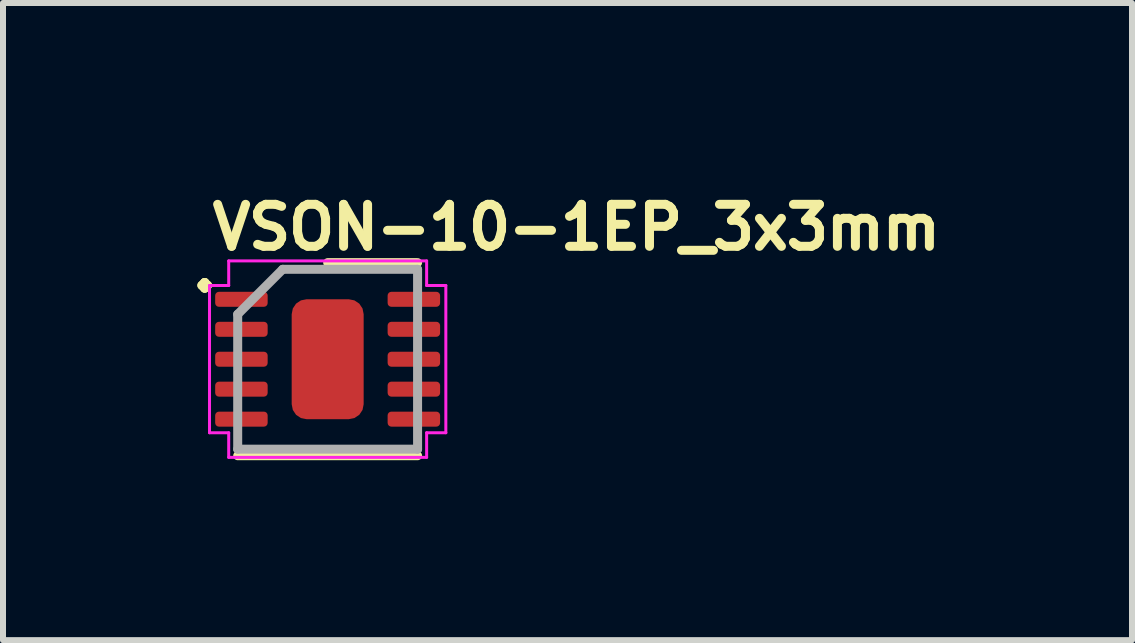
<source format=kicad_pcb>
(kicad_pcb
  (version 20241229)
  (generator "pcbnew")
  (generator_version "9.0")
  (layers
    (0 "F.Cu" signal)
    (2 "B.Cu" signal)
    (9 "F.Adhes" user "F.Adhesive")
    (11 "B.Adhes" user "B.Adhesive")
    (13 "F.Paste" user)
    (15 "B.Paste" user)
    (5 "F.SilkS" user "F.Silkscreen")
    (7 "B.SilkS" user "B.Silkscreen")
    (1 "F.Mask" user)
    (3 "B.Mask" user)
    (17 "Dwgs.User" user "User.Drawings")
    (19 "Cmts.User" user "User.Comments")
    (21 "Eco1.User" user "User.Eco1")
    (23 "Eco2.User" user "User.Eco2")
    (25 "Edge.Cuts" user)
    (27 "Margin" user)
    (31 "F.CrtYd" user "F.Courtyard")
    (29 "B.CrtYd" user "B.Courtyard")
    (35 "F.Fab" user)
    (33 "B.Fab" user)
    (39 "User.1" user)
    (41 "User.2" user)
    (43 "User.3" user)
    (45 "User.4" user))
  (footprint "VSON-10-1EP_3x3mm"
    (layer "F.Cu")
    (at 2.413 2.95)
    (property "Reference" "VSON-10-1EP_3x3mm" (at -2 -1.8 0) (layer "F.SilkS") (effects (font (size 0.7 0.7) (thickness 0.15)) (justify left bottom)))
    (attr smd)
    (fp_line (start -1.5 1.598) (end 1.499 1.598) (stroke (width 0.15) (type solid)) (layer "F.SilkS"))
    (fp_line (start 0 -1.621) (end 1.499 -1.621) (stroke (width 0.15) (type solid)) (layer "F.SilkS"))
    (fp_line (start -1.97 1.215) (end -1.97 -1.24) (stroke (width 0.05) (type solid)) (layer "F.CrtYd"))
    (fp_line (start -1.65 -1.65) (end -1.65 -1.24) (stroke (width 0.05) (type solid)) (layer "F.CrtYd"))
    (fp_line (start -1.65 -1.24) (end -1.97 -1.24) (stroke (width 0.05) (type solid)) (layer "F.CrtYd"))
    (fp_line (start -1.65 1.215) (end -1.97 1.215) (stroke (width 0.05) (type solid)) (layer "F.CrtYd"))
    (fp_line (start -1.65 1.215) (end -1.65 1.625) (stroke (width 0.05) (type solid)) (layer "F.CrtYd"))
    (fp_line (start -1.65 1.625) (end 1.65 1.625) (stroke (width 0.05) (type solid)) (layer "F.CrtYd"))
    (fp_line (start 1.65 -1.65) (end -1.65 -1.65) (stroke (width 0.05) (type solid)) (layer "F.CrtYd"))
    (fp_line (start 1.65 -1.24) (end 1.65 -1.65) (stroke (width 0.05) (type solid)) (layer "F.CrtYd"))
    (fp_line (start 1.65 -1.24) (end 1.97 -1.24) (stroke (width 0.05) (type solid)) (layer "F.CrtYd"))
    (fp_line (start 1.65 1.215) (end 1.97 1.215) (stroke (width 0.05) (type solid)) (layer "F.CrtYd"))
    (fp_line (start 1.65 1.625) (end 1.65 1.215) (stroke (width 0.05) (type solid)) (layer "F.CrtYd"))
    (fp_line (start 1.97 -1.24) (end 1.97 1.215) (stroke (width 0.05) (type solid)) (layer "F.CrtYd"))
    (fp_line (start -1.5 -0.76) (end -0.75 -1.51) (stroke (width 0.15) (type solid)) (layer "F.Fab"))
    (fp_line (start -1.5 1.489) (end -1.5 -0.76) (stroke (width 0.15) (type solid)) (layer "F.Fab"))
    (fp_line (start -0.75 -1.51) (end 1.499 -1.51) (stroke (width 0.15) (type solid)) (layer "F.Fab"))
    (fp_line (start 1.499 -1.51) (end 1.499 1.489) (stroke (width 0.15) (type solid)) (layer "F.Fab"))
    (fp_line (start 1.499 1.489) (end -1.5 1.489) (stroke (width 0.15) (type solid)) (layer "F.Fab"))
    (fp_rect (start -1.5 -1.5) (end 1.499 1.499) (stroke (width 0.1) (type solid)) (fill no) (layer "User.5"))
    (fp_line (start -1.5 -1.121) (end -1.5 -0.881) (stroke (width 0.02) (type solid)) (layer "User.9"))
    (fp_line (start -1.5 -0.881) (end -1.49 -0.881) (stroke (width 0.02) (type solid)) (layer "User.9"))
    (fp_line (start -1.5 -0.621) (end -1.5 -0.38) (stroke (width 0.02) (type solid)) (layer "User.9"))
    (fp_line (start -1.5 -0.38) (end -1.49 -0.38) (stroke (width 0.02) (type solid)) (layer "User.9"))
    (fp_line (start -1.5 -0.121) (end -1.5 0.119) (stroke (width 0.02) (type solid)) (layer "User.9"))
    (fp_line (start -1.5 0.119) (end -1.49 0.119) (stroke (width 0.02) (type solid)) (layer "User.9"))
    (fp_line (start -1.5 0.378) (end -1.5 0.618) (stroke (width 0.02) (type solid)) (layer "User.9"))
    (fp_line (start -1.5 0.618) (end -1.49 0.618) (stroke (width 0.02) (type solid)) (layer "User.9"))
    (fp_line (start -1.5 0.878) (end -1.5 1.12) (stroke (width 0.02) (type solid)) (layer "User.9"))
    (fp_line (start -1.5 1.12) (end -1.49 1.12) (stroke (width 0.02) (type solid)) (layer "User.9"))
    (fp_line (start -1.49 -1.49) (end -1.49 1.489) (stroke (width 0.02) (type solid)) (layer "User.9"))
    (fp_line (start -1.49 -1.49) (end 1.489 -1.49) (stroke (width 0.02) (type solid)) (layer "User.9"))
    (fp_line (start -1.49 -1.121) (end -1.5 -1.121) (stroke (width 0.02) (type solid)) (layer "User.9"))
    (fp_line (start -1.49 -0.621) (end -1.5 -0.621) (stroke (width 0.02) (type solid)) (layer "User.9"))
    (fp_line (start -1.49 -0.121) (end -1.5 -0.121) (stroke (width 0.02) (type solid)) (layer "User.9"))
    (fp_line (start -1.49 0.378) (end -1.5 0.378) (stroke (width 0.02) (type solid)) (layer "User.9"))
    (fp_line (start -1.49 0.878) (end -1.5 0.878) (stroke (width 0.02) (type solid)) (layer "User.9"))
    (fp_line (start -1.49 1.489) (end 1.489 1.489) (stroke (width 0.02) (type solid)) (layer "User.9"))
    (fp_line (start -1.101 -0.817) (end -1.101 -0.802) (stroke (width 0.02) (type solid)) (layer "User.9"))
    (fp_line (start -1.101 -0.802) (end -1.101 -0.802) (stroke (width 0.02) (type solid)) (layer "User.9"))
    (fp_line (start -1.101 -0.802) (end -1.101 -0.786) (stroke (width 0.02) (type solid)) (layer "User.9"))
    (fp_line (start -1.101 -0.786) (end -1.099 -0.771) (stroke (width 0.02) (type solid)) (layer "User.9"))
    (fp_line (start -1.099 -0.832) (end -1.101 -0.817) (stroke (width 0.02) (type solid)) (layer "User.9"))
    (fp_line (start -1.099 -0.771) (end -1.097 -0.755) (stroke (width 0.02) (type solid)) (layer "User.9"))
    (fp_line (start -1.097 -0.846) (end -1.099 -0.832) (stroke (width 0.02) (type solid)) (layer "User.9"))
    (fp_line (start -1.097 -0.755) (end -1.095 -0.74) (stroke (width 0.02) (type solid)) (layer "User.9"))
    (fp_line (start -1.095 -0.861) (end -1.097 -0.846) (stroke (width 0.02) (type solid)) (layer "User.9"))
    (fp_line (start -1.095 -0.74) (end -1.091 -0.726) (stroke (width 0.02) (type solid)) (layer "User.9"))
    (fp_line (start -1.091 -0.875) (end -1.095 -0.861) (stroke (width 0.02) (type solid)) (layer "User.9"))
    (fp_line (start -1.091 -0.726) (end -1.087 -0.711) (stroke (width 0.02) (type solid)) (layer "User.9"))
    (fp_line (start -1.087 -0.89) (end -1.091 -0.875) (stroke (width 0.02) (type solid)) (layer "User.9"))
    (fp_line (start -1.087 -0.711) (end -1.083 -0.698) (stroke (width 0.02) (type solid)) (layer "User.9"))
    (fp_line (start -1.083 -0.905) (end -1.087 -0.89) (stroke (width 0.02) (type solid)) (layer "User.9"))
    (fp_line (start -1.083 -0.698) (end -1.077 -0.685) (stroke (width 0.02) (type solid)) (layer "User.9"))
    (fp_line (start -1.077 -0.918) (end -1.083 -0.905) (stroke (width 0.02) (type solid)) (layer "User.9"))
    (fp_line (start -1.077 -0.685) (end -1.071 -0.671) (stroke (width 0.02) (type solid)) (layer "User.9"))
    (fp_line (start -1.071 -0.932) (end -1.077 -0.918) (stroke (width 0.02) (type solid)) (layer "User.9"))
    (fp_line (start -1.071 -0.671) (end -1.065 -0.659) (stroke (width 0.02) (type solid)) (layer "User.9"))
    (fp_line (start -1.065 -0.944) (end -1.071 -0.932) (stroke (width 0.02) (type solid)) (layer "User.9"))
    (fp_line (start -1.065 -0.659) (end -1.057 -0.646) (stroke (width 0.02) (type solid)) (layer "User.9"))
    (fp_line (start -1.057 -0.957) (end -1.065 -0.944) (stroke (width 0.02) (type solid)) (layer "User.9"))
    (fp_line (start -1.057 -0.646) (end -1.049 -0.633) (stroke (width 0.02) (type solid)) (layer "User.9"))
    (fp_line (start -1.049 -0.968) (end -1.057 -0.957) (stroke (width 0.02) (type solid)) (layer "User.9"))
    (fp_line (start -1.049 -0.633) (end -1.041 -0.621) (stroke (width 0.02) (type solid)) (layer "User.9"))
    (fp_line (start -1.041 -0.98) (end -1.049 -0.968) (stroke (width 0.02) (type solid)) (layer "User.9"))
    (fp_line (start -1.041 -0.621) (end -1.033 -0.61) (stroke (width 0.02) (type solid)) (layer "User.9"))
    (fp_line (start -1.033 -0.991) (end -1.041 -0.98) (stroke (width 0.02) (type solid)) (layer "User.9"))
    (fp_line (start -1.033 -0.61) (end -1.024 -0.599) (stroke (width 0.02) (type solid)) (layer "User.9"))
    (fp_line (start -1.024 -1.002) (end -1.033 -0.991) (stroke (width 0.02) (type solid)) (layer "User.9"))
    (fp_line (start -1.024 -0.599) (end -1.014 -0.588) (stroke (width 0.02) (type solid)) (layer "User.9"))
    (fp_line (start -1.014 -1.014) (end -1.024 -1.002) (stroke (width 0.02) (type solid)) (layer "User.9"))
    (fp_line (start -1.014 -0.588) (end -1.002 -0.578) (stroke (width 0.02) (type solid)) (layer "User.9"))
    (fp_line (start -1.002 -1.024) (end -1.014 -1.014) (stroke (width 0.02) (type solid)) (layer "User.9"))
    (fp_line (start -1.002 -0.578) (end -0.991 -0.57) (stroke (width 0.02) (type solid)) (layer "User.9"))
    (fp_line (start -0.991 -1.033) (end -1.002 -1.024) (stroke (width 0.02) (type solid)) (layer "User.9"))
    (fp_line (start -0.991 -0.57) (end -0.98 -0.561) (stroke (width 0.02) (type solid)) (layer "User.9"))
    (fp_line (start -0.98 -1.041) (end -0.991 -1.033) (stroke (width 0.02) (type solid)) (layer "User.9"))
    (fp_line (start -0.98 -0.561) (end -0.968 -0.553) (stroke (width 0.02) (type solid)) (layer "User.9"))
    (fp_line (start -0.968 -1.049) (end -0.98 -1.041) (stroke (width 0.02) (type solid)) (layer "User.9"))
    (fp_line (start -0.968 -0.553) (end -0.957 -0.545) (stroke (width 0.02) (type solid)) (layer "User.9"))
    (fp_line (start -0.957 -1.057) (end -0.968 -1.049) (stroke (width 0.02) (type solid)) (layer "User.9"))
    (fp_line (start -0.957 -0.545) (end -0.944 -0.538) (stroke (width 0.02) (type solid)) (layer "User.9"))
    (fp_line (start -0.944 -1.065) (end -0.957 -1.057) (stroke (width 0.02) (type solid)) (layer "User.9"))
    (fp_line (start -0.944 -0.538) (end -0.932 -0.531) (stroke (width 0.02) (type solid)) (layer "User.9"))
    (fp_line (start -0.932 -1.071) (end -0.944 -1.065) (stroke (width 0.02) (type solid)) (layer "User.9"))
    (fp_line (start -0.932 -0.531) (end -0.918 -0.525) (stroke (width 0.02) (type solid)) (layer "User.9"))
    (fp_line (start -0.918 -1.077) (end -0.932 -1.071) (stroke (width 0.02) (type solid)) (layer "User.9"))
    (fp_line (start -0.918 -0.525) (end -0.905 -0.52) (stroke (width 0.02) (type solid)) (layer "User.9"))
    (fp_line (start -0.905 -1.083) (end -0.918 -1.077) (stroke (width 0.02) (type solid)) (layer "User.9"))
    (fp_line (start -0.905 -0.52) (end -0.89 -0.515) (stroke (width 0.02) (type solid)) (layer "User.9"))
    (fp_line (start -0.89 -1.087) (end -0.905 -1.083) (stroke (width 0.02) (type solid)) (layer "User.9"))
    (fp_line (start -0.89 -0.515) (end -0.875 -0.51) (stroke (width 0.02) (type solid)) (layer "User.9"))
    (fp_line (start -0.875 -1.091) (end -0.89 -1.087) (stroke (width 0.02) (type solid)) (layer "User.9"))
    (fp_line (start -0.875 -0.51) (end -0.861 -0.507) (stroke (width 0.02) (type solid)) (layer "User.9"))
    (fp_line (start -0.861 -1.095) (end -0.875 -1.091) (stroke (width 0.02) (type solid)) (layer "User.9"))
    (fp_line (start -0.861 -0.507) (end -0.846 -0.504) (stroke (width 0.02) (type solid)) (layer "User.9"))
    (fp_line (start -0.846 -1.097) (end -0.861 -1.095) (stroke (width 0.02) (type solid)) (layer "User.9"))
    (fp_line (start -0.846 -0.504) (end -0.832 -0.502) (stroke (width 0.02) (type solid)) (layer "User.9"))
    (fp_line (start -0.832 -1.099) (end -0.846 -1.097) (stroke (width 0.02) (type solid)) (layer "User.9"))
    (fp_line (start -0.832 -0.502) (end -0.817 -0.501) (stroke (width 0.02) (type solid)) (layer "User.9"))
    (fp_line (start -0.817 -1.101) (end -0.832 -1.099) (stroke (width 0.02) (type solid)) (layer "User.9"))
    (fp_line (start -0.817 -0.501) (end -0.801 -0.5) (stroke (width 0.02) (type solid)) (layer "User.9"))
    (fp_line (start -0.801 -1.101) (end -0.817 -1.101) (stroke (width 0.02) (type solid)) (layer "User.9"))
    (fp_line (start -0.801 -1.101) (end -0.801 -1.101) (stroke (width 0.02) (type solid)) (layer "User.9"))
    (fp_line (start -0.801 -0.5) (end -0.801 -0.5) (stroke (width 0.02) (type solid)) (layer "User.9"))
    (fp_line (start -0.801 -0.5) (end -0.786 -0.501) (stroke (width 0.02) (type solid)) (layer "User.9"))
    (fp_line (start -0.786 -1.101) (end -0.801 -1.101) (stroke (width 0.02) (type solid)) (layer "User.9"))
    (fp_line (start -0.786 -0.501) (end -0.771 -0.502) (stroke (width 0.02) (type solid)) (layer "User.9"))
    (fp_line (start -0.771 -1.099) (end -0.786 -1.101) (stroke (width 0.02) (type solid)) (layer "User.9"))
    (fp_line (start -0.771 -0.502) (end -0.755 -0.504) (stroke (width 0.02) (type solid)) (layer "User.9"))
    (fp_line (start -0.755 -1.097) (end -0.771 -1.099) (stroke (width 0.02) (type solid)) (layer "User.9"))
    (fp_line (start -0.755 -0.504) (end -0.74 -0.507) (stroke (width 0.02) (type solid)) (layer "User.9"))
    (fp_line (start -0.74 -1.095) (end -0.755 -1.097) (stroke (width 0.02) (type solid)) (layer "User.9"))
    (fp_line (start -0.74 -0.507) (end -0.726 -0.51) (stroke (width 0.02) (type solid)) (layer "User.9"))
    (fp_line (start -0.726 -1.091) (end -0.74 -1.095) (stroke (width 0.02) (type solid)) (layer "User.9"))
    (fp_line (start -0.726 -0.51) (end -0.711 -0.515) (stroke (width 0.02) (type solid)) (layer "User.9"))
    (fp_line (start -0.711 -1.087) (end -0.726 -1.091) (stroke (width 0.02) (type solid)) (layer "User.9"))
    (fp_line (start -0.711 -0.515) (end -0.698 -0.52) (stroke (width 0.02) (type solid)) (layer "User.9"))
    (fp_line (start -0.698 -1.083) (end -0.711 -1.087) (stroke (width 0.02) (type solid)) (layer "User.9"))
    (fp_line (start -0.698 -0.52) (end -0.685 -0.525) (stroke (width 0.02) (type solid)) (layer "User.9"))
    (fp_line (start -0.685 -1.077) (end -0.698 -1.083) (stroke (width 0.02) (type solid)) (layer "User.9"))
    (fp_line (start -0.685 -0.525) (end -0.671 -0.531) (stroke (width 0.02) (type solid)) (layer "User.9"))
    (fp_line (start -0.671 -1.071) (end -0.685 -1.077) (stroke (width 0.02) (type solid)) (layer "User.9"))
    (fp_line (start -0.671 -0.531) (end -0.659 -0.538) (stroke (width 0.02) (type solid)) (layer "User.9"))
    (fp_line (start -0.659 -1.065) (end -0.671 -1.071) (stroke (width 0.02) (type solid)) (layer "User.9"))
    (fp_line (start -0.659 -0.538) (end -0.646 -0.545) (stroke (width 0.02) (type solid)) (layer "User.9"))
    (fp_line (start -0.646 -1.057) (end -0.659 -1.065) (stroke (width 0.02) (type solid)) (layer "User.9"))
    (fp_line (start -0.646 -0.545) (end -0.633 -0.553) (stroke (width 0.02) (type solid)) (layer "User.9"))
    (fp_line (start -0.633 -1.049) (end -0.646 -1.057) (stroke (width 0.02) (type solid)) (layer "User.9"))
    (fp_line (start -0.633 -0.553) (end -0.621 -0.561) (stroke (width 0.02) (type solid)) (layer "User.9"))
    (fp_line (start -0.621 -1.041) (end -0.633 -1.049) (stroke (width 0.02) (type solid)) (layer "User.9"))
    (fp_line (start -0.621 -0.561) (end -0.61 -0.57) (stroke (width 0.02) (type solid)) (layer "User.9"))
    (fp_line (start -0.61 -1.033) (end -0.621 -1.041) (stroke (width 0.02) (type solid)) (layer "User.9"))
    (fp_line (start -0.61 -0.57) (end -0.599 -0.578) (stroke (width 0.02) (type solid)) (layer "User.9"))
    (fp_line (start -0.599 -1.024) (end -0.61 -1.033) (stroke (width 0.02) (type solid)) (layer "User.9"))
    (fp_line (start -0.599 -0.578) (end -0.588 -0.588) (stroke (width 0.02) (type solid)) (layer "User.9"))
    (fp_line (start -0.588 -1.014) (end -0.599 -1.024) (stroke (width 0.02) (type solid)) (layer "User.9"))
    (fp_line (start -0.588 -0.588) (end -0.578 -0.599) (stroke (width 0.02) (type solid)) (layer "User.9"))
    (fp_line (start -0.578 -1.002) (end -0.588 -1.014) (stroke (width 0.02) (type solid)) (layer "User.9"))
    (fp_line (start -0.578 -0.599) (end -0.57 -0.61) (stroke (width 0.02) (type solid)) (layer "User.9"))
    (fp_line (start -0.57 -0.991) (end -0.578 -1.002) (stroke (width 0.02) (type solid)) (layer "User.9"))
    (fp_line (start -0.57 -0.61) (end -0.561 -0.621) (stroke (width 0.02) (type solid)) (layer "User.9"))
    (fp_line (start -0.561 -0.98) (end -0.57 -0.991) (stroke (width 0.02) (type solid)) (layer "User.9"))
    (fp_line (start -0.561 -0.621) (end -0.553 -0.633) (stroke (width 0.02) (type solid)) (layer "User.9"))
    (fp_line (start -0.553 -0.968) (end -0.561 -0.98) (stroke (width 0.02) (type solid)) (layer "User.9"))
    (fp_line (start -0.553 -0.633) (end -0.545 -0.646) (stroke (width 0.02) (type solid)) (layer "User.9"))
    (fp_line (start -0.545 -0.957) (end -0.553 -0.968) (stroke (width 0.02) (type solid)) (layer "User.9"))
    (fp_line (start -0.545 -0.646) (end -0.538 -0.659) (stroke (width 0.02) (type solid)) (layer "User.9"))
    (fp_line (start -0.538 -0.944) (end -0.545 -0.957) (stroke (width 0.02) (type solid)) (layer "User.9"))
    (fp_line (start -0.538 -0.659) (end -0.531 -0.671) (stroke (width 0.02) (type solid)) (layer "User.9"))
    (fp_line (start -0.531 -0.932) (end -0.538 -0.944) (stroke (width 0.02) (type solid)) (layer "User.9"))
    (fp_line (start -0.531 -0.671) (end -0.525 -0.685) (stroke (width 0.02) (type solid)) (layer "User.9"))
    (fp_line (start -0.525 -0.918) (end -0.531 -0.932) (stroke (width 0.02) (type solid)) (layer "User.9"))
    (fp_line (start -0.525 -0.685) (end -0.52 -0.698) (stroke (width 0.02) (type solid)) (layer "User.9"))
    (fp_line (start -0.52 -0.905) (end -0.525 -0.918) (stroke (width 0.02) (type solid)) (layer "User.9"))
    (fp_line (start -0.52 -0.698) (end -0.515 -0.711) (stroke (width 0.02) (type solid)) (layer "User.9"))
    (fp_line (start -0.515 -0.89) (end -0.52 -0.905) (stroke (width 0.02) (type solid)) (layer "User.9"))
    (fp_line (start -0.515 -0.711) (end -0.51 -0.726) (stroke (width 0.02) (type solid)) (layer "User.9"))
    (fp_line (start -0.51 -0.875) (end -0.515 -0.89) (stroke (width 0.02) (type solid)) (layer "User.9"))
    (fp_line (start -0.51 -0.726) (end -0.507 -0.74) (stroke (width 0.02) (type solid)) (layer "User.9"))
    (fp_line (start -0.507 -0.861) (end -0.51 -0.875) (stroke (width 0.02) (type solid)) (layer "User.9"))
    (fp_line (start -0.507 -0.74) (end -0.504 -0.755) (stroke (width 0.02) (type solid)) (layer "User.9"))
    (fp_line (start -0.504 -0.846) (end -0.507 -0.861) (stroke (width 0.02) (type solid)) (layer "User.9"))
    (fp_line (start -0.504 -0.755) (end -0.502 -0.771) (stroke (width 0.02) (type solid)) (layer "User.9"))
    (fp_line (start -0.502 -0.832) (end -0.504 -0.846) (stroke (width 0.02) (type solid)) (layer "User.9"))
    (fp_line (start -0.502 -0.771) (end -0.501 -0.786) (stroke (width 0.02) (type solid)) (layer "User.9"))
    (fp_line (start -0.501 -0.817) (end -0.502 -0.832) (stroke (width 0.02) (type solid)) (layer "User.9"))
    (fp_line (start -0.501 -0.786) (end -0.5 -0.802) (stroke (width 0.02) (type solid)) (layer "User.9"))
    (fp_line (start -0.5 -0.802) (end -0.501 -0.817) (stroke (width 0.02) (type solid)) (layer "User.9"))
    (fp_line (start -0.5 -0.802) (end -0.5 -0.802) (stroke (width 0.02) (type solid)) (layer "User.9"))
    (fp_line (start -0.5 -0.802) (end -0.5 -0.802) (stroke (width 0.02) (type solid)) (layer "User.9"))
    (fp_line (start -0.37 -1.5) (end -0.37 -1.49) (stroke (width 0.02) (type solid)) (layer "User.9"))
    (fp_line (start -0.37 1.489) (end -0.37 1.499) (stroke (width 0.02) (type solid)) (layer "User.9"))
    (fp_line (start -0.37 1.499) (end -0.131 1.499) (stroke (width 0.02) (type solid)) (layer "User.9"))
    (fp_line (start -0.131 -1.5) (end -0.37 -1.5) (stroke (width 0.02) (type solid)) (layer "User.9"))
    (fp_line (start -0.131 -1.49) (end -0.131 -1.5) (stroke (width 0.02) (type solid)) (layer "User.9"))
    (fp_line (start -0.131 1.499) (end -0.131 1.489) (stroke (width 0.02) (type solid)) (layer "User.9"))
    (fp_line (start 0.13 -1.5) (end 0.13 -1.49) (stroke (width 0.02) (type solid)) (layer "User.9"))
    (fp_line (start 0.13 1.489) (end 0.13 1.499) (stroke (width 0.02) (type solid)) (layer "User.9"))
    (fp_line (start 0.13 1.499) (end 0.368 1.499) (stroke (width 0.02) (type solid)) (layer "User.9"))
    (fp_line (start 0.368 -1.5) (end 0.13 -1.5) (stroke (width 0.02) (type solid)) (layer "User.9"))
    (fp_line (start 0.368 -1.49) (end 0.368 -1.5) (stroke (width 0.02) (type solid)) (layer "User.9"))
    (fp_line (start 0.368 1.499) (end 0.368 1.489) (stroke (width 0.02) (type solid)) (layer "User.9"))
    (fp_line (start 1.489 -1.49) (end 1.489 1.489) (stroke (width 0.02) (type solid)) (layer "User.9"))
    (fp_line (start 1.489 -0.881) (end 1.499 -0.881) (stroke (width 0.02) (type solid)) (layer "User.9"))
    (fp_line (start 1.489 -0.38) (end 1.499 -0.38) (stroke (width 0.02) (type solid)) (layer "User.9"))
    (fp_line (start 1.489 0.119) (end 1.499 0.119) (stroke (width 0.02) (type solid)) (layer "User.9"))
    (fp_line (start 1.489 0.618) (end 1.499 0.618) (stroke (width 0.02) (type solid)) (layer "User.9"))
    (fp_line (start 1.489 1.12) (end 1.499 1.12) (stroke (width 0.02) (type solid)) (layer "User.9"))
    (fp_line (start 1.499 -1.121) (end 1.489 -1.121) (stroke (width 0.02) (type solid)) (layer "User.9"))
    (fp_line (start 1.499 -0.881) (end 1.499 -1.121) (stroke (width 0.02) (type solid)) (layer "User.9"))
    (fp_line (start 1.499 -0.621) (end 1.489 -0.621) (stroke (width 0.02) (type solid)) (layer "User.9"))
    (fp_line (start 1.499 -0.38) (end 1.499 -0.621) (stroke (width 0.02) (type solid)) (layer "User.9"))
    (fp_line (start 1.499 -0.121) (end 1.489 -0.121) (stroke (width 0.02) (type solid)) (layer "User.9"))
    (fp_line (start 1.499 0.119) (end 1.499 -0.121) (stroke (width 0.02) (type solid)) (layer "User.9"))
    (fp_line (start 1.499 0.378) (end 1.489 0.378) (stroke (width 0.02) (type solid)) (layer "User.9"))
    (fp_line (start 1.499 0.618) (end 1.499 0.378) (stroke (width 0.02) (type solid)) (layer "User.9"))
    (fp_line (start 1.499 0.878) (end 1.489 0.878) (stroke (width 0.02) (type solid)) (layer "User.9"))
    (fp_line (start 1.499 1.12) (end 1.499 0.878) (stroke (width 0.02) (type solid)) (layer "User.9"))
    (fp_text user "." (at -2.05 -1.65 0) (layer "F.SilkS") (effects (font (size 1 1) (thickness 0.15))))
    (pad "" smd roundrect (at -0.3 -0.51) (size 0.48 0.81) (layers "F.Paste") (roundrect_rratio 0.25))
    (pad "" smd roundrect (at -0.3 0.488) (size 0.48 0.81) (layers "F.Paste") (roundrect_rratio 0.25))
    (pad "" smd roundrect (at 0.299 -0.51) (size 0.48 0.81) (layers "F.Paste") (roundrect_rratio 0.25))
    (pad "" smd roundrect (at 0.299 0.488) (size 0.48 0.81) (layers "F.Paste") (roundrect_rratio 0.25))
    (pad "1" smd roundrect (at -1.438 -1.01) (size 0.875 0.25) (layers "F.Cu" "F.Mask" "F.Paste") (roundrect_rratio 0.25))
    (pad "2" smd roundrect (at -1.438 -0.51) (size 0.875 0.25) (layers "F.Cu" "F.Mask" "F.Paste") (roundrect_rratio 0.25))
    (pad "3" smd roundrect (at -1.438 -0.011) (size 0.875 0.25) (layers "F.Cu" "F.Mask" "F.Paste") (roundrect_rratio 0.25))
    (pad "4" smd roundrect (at -1.438 0.488) (size 0.875 0.25) (layers "F.Cu" "F.Mask" "F.Paste") (roundrect_rratio 0.25))
    (pad "5" smd roundrect (at -1.438 0.988) (size 0.875 0.25) (layers "F.Cu" "F.Mask" "F.Paste") (roundrect_rratio 0.25))
    (pad "6" smd roundrect (at 1.437 0.988) (size 0.875 0.25) (layers "F.Cu" "F.Mask" "F.Paste") (roundrect_rratio 0.25))
    (pad "7" smd roundrect (at 1.437 0.488) (size 0.875 0.25) (layers "F.Cu" "F.Mask" "F.Paste") (roundrect_rratio 0.25))
    (pad "8" smd roundrect (at 1.437 -0.011) (size 0.875 0.25) (layers "F.Cu" "F.Mask" "F.Paste") (roundrect_rratio 0.25))
    (pad "9" smd roundrect (at 1.437 -0.51) (size 0.875 0.25) (layers "F.Cu" "F.Mask" "F.Paste") (roundrect_rratio 0.25))
    (pad "10" smd roundrect (at 1.437 -1.01) (size 0.875 0.25) (layers "F.Cu" "F.Mask" "F.Paste") (roundrect_rratio 0.25))
    (pad "11" smd roundrect (at 0 -0.011) (size 1.2 2) (layers "F.Cu" "F.Mask") (roundrect_rratio 0.208)))
  (gr_rect
    (start -3 -3)
    (end 15.823 7.623)
    (stroke (width 0.1) (type default))
    (fill no)
    (layer "Edge.Cuts")))
</source>
